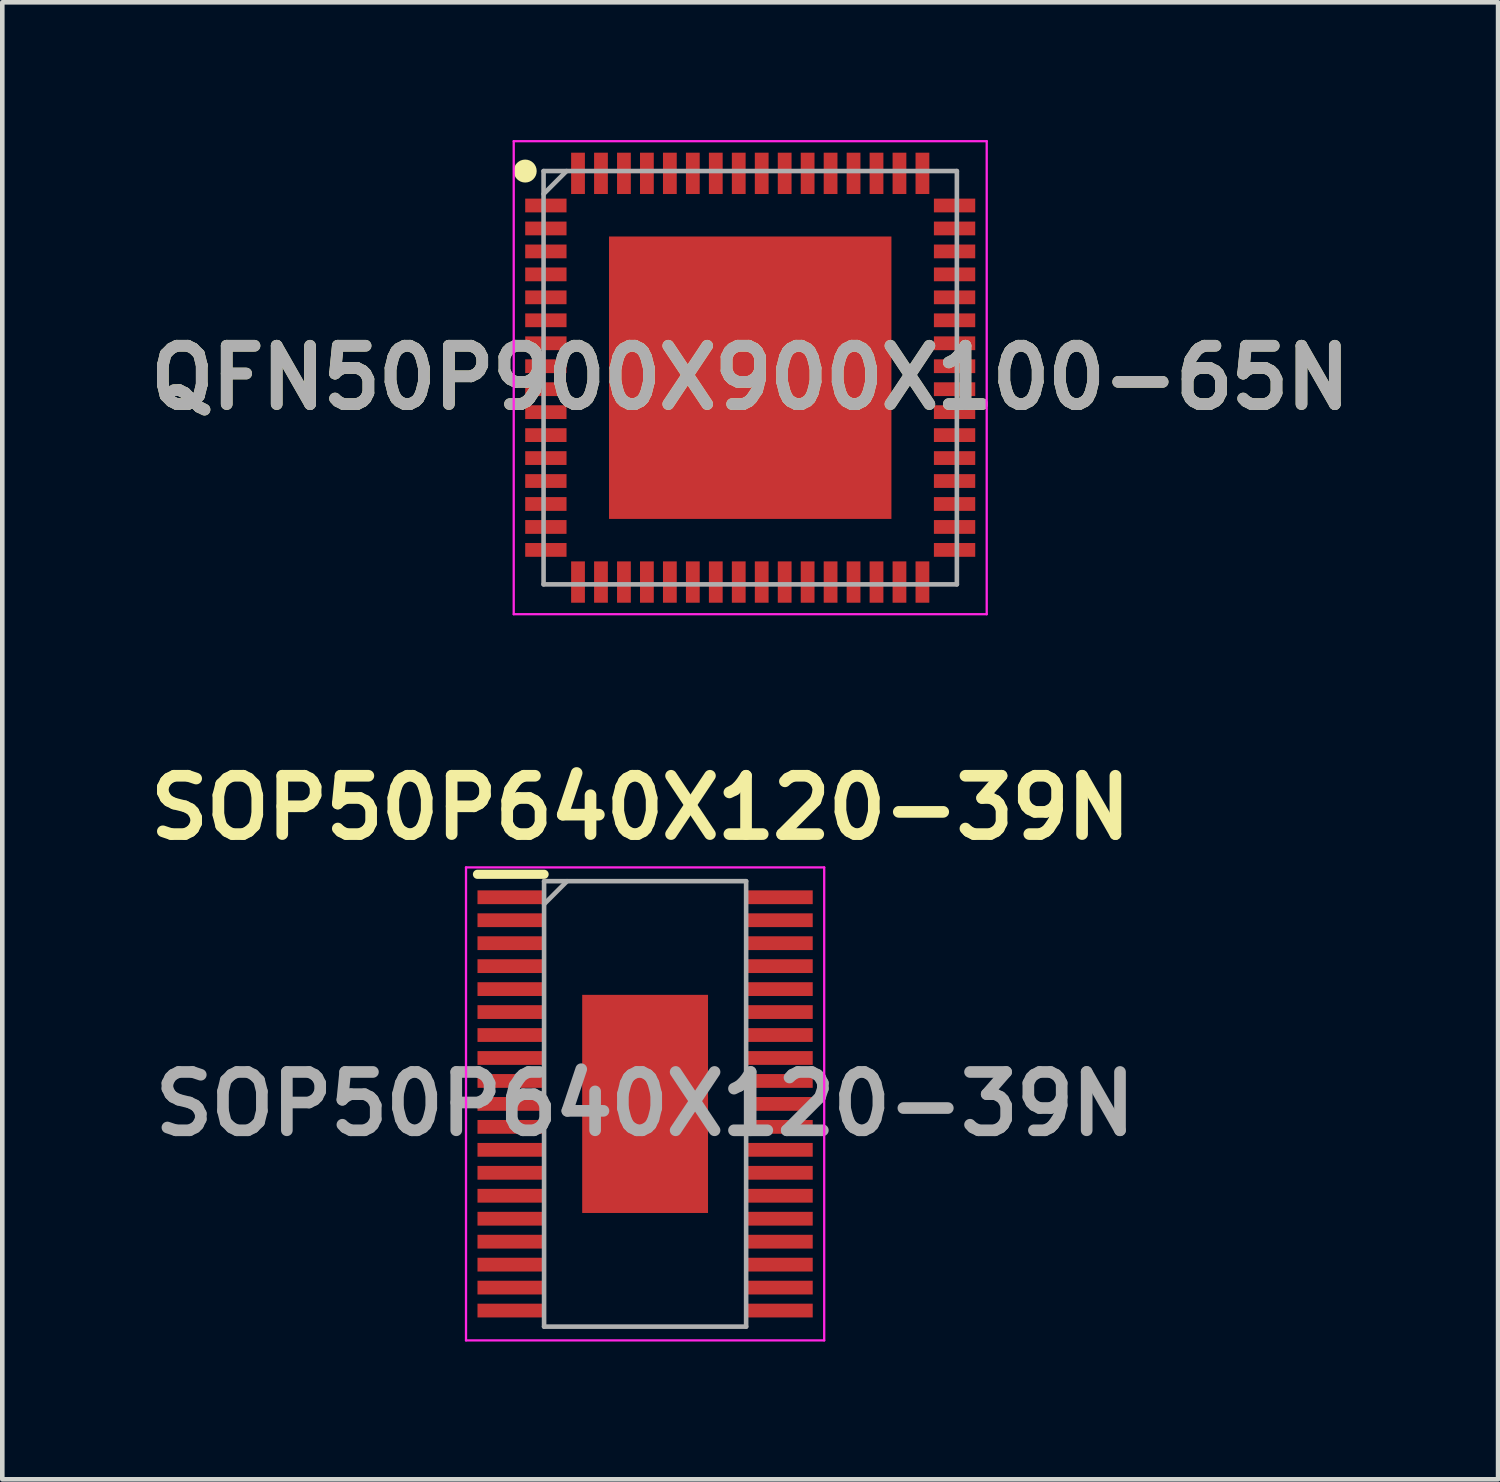
<source format=kicad_pcb>
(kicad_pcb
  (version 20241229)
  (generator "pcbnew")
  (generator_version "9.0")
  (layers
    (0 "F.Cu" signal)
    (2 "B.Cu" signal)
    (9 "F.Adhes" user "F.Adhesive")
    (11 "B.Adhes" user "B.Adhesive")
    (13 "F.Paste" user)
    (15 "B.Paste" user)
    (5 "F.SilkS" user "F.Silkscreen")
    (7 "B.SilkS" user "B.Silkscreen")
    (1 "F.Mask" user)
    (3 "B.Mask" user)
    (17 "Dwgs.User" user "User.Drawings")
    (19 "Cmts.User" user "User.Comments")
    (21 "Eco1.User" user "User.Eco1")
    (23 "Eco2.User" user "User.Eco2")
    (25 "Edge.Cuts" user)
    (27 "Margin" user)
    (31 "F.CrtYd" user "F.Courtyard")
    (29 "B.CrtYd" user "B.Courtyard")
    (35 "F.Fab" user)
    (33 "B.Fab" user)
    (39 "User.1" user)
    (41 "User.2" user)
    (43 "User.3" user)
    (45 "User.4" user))
  (footprint "SOP50P640X120-39N"
    (layer "F.Cu")
    (at 10.998 20.989)
    (property "Reference" "SOP50P640X120-39N" (at -0.1 -6.45 0) (layer "F.SilkS") (effects (font (size 1.27 1.27) (thickness 0.254))))
    (attr smd)
    (fp_line (start -3.65 -5) (end -2.2 -5) (stroke (width 0.2) (type solid)) (layer "F.SilkS"))
    (fp_line (start -3.9 -5.15) (end 3.9 -5.15) (stroke (width 0.05) (type solid)) (layer "F.CrtYd"))
    (fp_line (start -3.9 5.15) (end -3.9 -5.15) (stroke (width 0.05) (type solid)) (layer "F.CrtYd"))
    (fp_line (start 3.9 -5.15) (end 3.9 5.15) (stroke (width 0.05) (type solid)) (layer "F.CrtYd"))
    (fp_line (start 3.9 5.15) (end -3.9 5.15) (stroke (width 0.05) (type solid)) (layer "F.CrtYd"))
    (fp_line (start -2.2 -4.85) (end 2.2 -4.85) (stroke (width 0.1) (type solid)) (layer "F.Fab"))
    (fp_line (start -2.2 -4.35) (end -1.7 -4.85) (stroke (width 0.1) (type solid)) (layer "F.Fab"))
    (fp_line (start -2.2 4.85) (end -2.2 -4.85) (stroke (width 0.1) (type solid)) (layer "F.Fab"))
    (fp_line (start 2.2 -4.85) (end 2.2 4.85) (stroke (width 0.1) (type solid)) (layer "F.Fab"))
    (fp_line (start 2.2 4.85) (end -2.2 4.85) (stroke (width 0.1) (type solid)) (layer "F.Fab"))
    (fp_text user "${REFERENCE}" (at 0 0 0) (layer "F.Fab") (effects (font (size 1.27 1.27) (thickness 0.254))))
    (pad "1" smd rect (at -2.925 -4.5 90) (size 0.3 1.45) (layers "F.Cu" "F.Mask" "F.Paste"))
    (pad "2" smd rect (at -2.925 -4 90) (size 0.3 1.45) (layers "F.Cu" "F.Mask" "F.Paste"))
    (pad "3" smd rect (at -2.925 -3.5 90) (size 0.3 1.45) (layers "F.Cu" "F.Mask" "F.Paste"))
    (pad "4" smd rect (at -2.925 -3 90) (size 0.3 1.45) (layers "F.Cu" "F.Mask" "F.Paste"))
    (pad "5" smd rect (at -2.925 -2.5 90) (size 0.3 1.45) (layers "F.Cu" "F.Mask" "F.Paste"))
    (pad "6" smd rect (at -2.925 -2 90) (size 0.3 1.45) (layers "F.Cu" "F.Mask" "F.Paste"))
    (pad "7" smd rect (at -2.925 -1.5 90) (size 0.3 1.45) (layers "F.Cu" "F.Mask" "F.Paste"))
    (pad "8" smd rect (at -2.925 -1 90) (size 0.3 1.45) (layers "F.Cu" "F.Mask" "F.Paste"))
    (pad "9" smd rect (at -2.925 -0.5 90) (size 0.3 1.45) (layers "F.Cu" "F.Mask" "F.Paste"))
    (pad "10" smd rect (at -2.925 0 90) (size 0.3 1.45) (layers "F.Cu" "F.Mask" "F.Paste"))
    (pad "11" smd rect (at -2.925 0.5 90) (size 0.3 1.45) (layers "F.Cu" "F.Mask" "F.Paste"))
    (pad "12" smd rect (at -2.925 1 90) (size 0.3 1.45) (layers "F.Cu" "F.Mask" "F.Paste"))
    (pad "13" smd rect (at -2.925 1.5 90) (size 0.3 1.45) (layers "F.Cu" "F.Mask" "F.Paste"))
    (pad "14" smd rect (at -2.925 2 90) (size 0.3 1.45) (layers "F.Cu" "F.Mask" "F.Paste"))
    (pad "15" smd rect (at -2.925 2.5 90) (size 0.3 1.45) (layers "F.Cu" "F.Mask" "F.Paste"))
    (pad "16" smd rect (at -2.925 3 90) (size 0.3 1.45) (layers "F.Cu" "F.Mask" "F.Paste"))
    (pad "17" smd rect (at -2.925 3.5 90) (size 0.3 1.45) (layers "F.Cu" "F.Mask" "F.Paste"))
    (pad "18" smd rect (at -2.925 4 90) (size 0.3 1.45) (layers "F.Cu" "F.Mask" "F.Paste"))
    (pad "19" smd rect (at -2.925 4.5 90) (size 0.3 1.45) (layers "F.Cu" "F.Mask" "F.Paste"))
    (pad "20" smd rect (at 2.925 4.5 90) (size 0.3 1.45) (layers "F.Cu" "F.Mask" "F.Paste"))
    (pad "21" smd rect (at 2.925 4 90) (size 0.3 1.45) (layers "F.Cu" "F.Mask" "F.Paste"))
    (pad "22" smd rect (at 2.925 3.5 90) (size 0.3 1.45) (layers "F.Cu" "F.Mask" "F.Paste"))
    (pad "23" smd rect (at 2.925 3 90) (size 0.3 1.45) (layers "F.Cu" "F.Mask" "F.Paste"))
    (pad "24" smd rect (at 2.925 2.5 90) (size 0.3 1.45) (layers "F.Cu" "F.Mask" "F.Paste"))
    (pad "25" smd rect (at 2.925 2 90) (size 0.3 1.45) (layers "F.Cu" "F.Mask" "F.Paste"))
    (pad "26" smd rect (at 2.925 1.5 90) (size 0.3 1.45) (layers "F.Cu" "F.Mask" "F.Paste"))
    (pad "27" smd rect (at 2.925 1 90) (size 0.3 1.45) (layers "F.Cu" "F.Mask" "F.Paste"))
    (pad "28" smd rect (at 2.925 0.5 90) (size 0.3 1.45) (layers "F.Cu" "F.Mask" "F.Paste"))
    (pad "29" smd rect (at 2.925 0 90) (size 0.3 1.45) (layers "F.Cu" "F.Mask" "F.Paste"))
    (pad "30" smd rect (at 2.925 -0.5 90) (size 0.3 1.45) (layers "F.Cu" "F.Mask" "F.Paste"))
    (pad "31" smd rect (at 2.925 -1 90) (size 0.3 1.45) (layers "F.Cu" "F.Mask" "F.Paste"))
    (pad "32" smd rect (at 2.925 -1.5 90) (size 0.3 1.45) (layers "F.Cu" "F.Mask" "F.Paste"))
    (pad "33" smd rect (at 2.925 -2 90) (size 0.3 1.45) (layers "F.Cu" "F.Mask" "F.Paste"))
    (pad "34" smd rect (at 2.925 -2.5 90) (size 0.3 1.45) (layers "F.Cu" "F.Mask" "F.Paste"))
    (pad "35" smd rect (at 2.925 -3 90) (size 0.3 1.45) (layers "F.Cu" "F.Mask" "F.Paste"))
    (pad "36" smd rect (at 2.925 -3.5 90) (size 0.3 1.45) (layers "F.Cu" "F.Mask" "F.Paste"))
    (pad "37" smd rect (at 2.925 -4 90) (size 0.3 1.45) (layers "F.Cu" "F.Mask" "F.Paste"))
    (pad "38" smd rect (at 2.925 -4.5 90) (size 0.3 1.45) (layers "F.Cu" "F.Mask" "F.Paste"))
    (pad "39" smd rect (at 0 0) (size 2.74 4.75) (layers "F.Cu" "F.Mask" "F.Paste")))
  (footprint "QFN50P900X900X100-65N"
    (layer "F.Cu")
    (at 13.287 5.175)
    (property "Reference" "QFN50P900X900X100-65N" (at 0 0 0) (layer "F.SilkS") (effects (font (size 1.27 1.27) (thickness 0.254))))
    (attr smd)
    (fp_circle (center -4.9 -4.5) (end -4.9 -4.375) (stroke (width 0.25) (type solid)) (fill no) (layer "F.SilkS"))
    (fp_line (start -5.15 -5.15) (end 5.15 -5.15) (stroke (width 0.05) (type solid)) (layer "F.CrtYd"))
    (fp_line (start -5.15 5.15) (end -5.15 -5.15) (stroke (width 0.05) (type solid)) (layer "F.CrtYd"))
    (fp_line (start 5.15 -5.15) (end 5.15 5.15) (stroke (width 0.05) (type solid)) (layer "F.CrtYd"))
    (fp_line (start 5.15 5.15) (end -5.15 5.15) (stroke (width 0.05) (type solid)) (layer "F.CrtYd"))
    (fp_line (start -4.5 -4.5) (end 4.5 -4.5) (stroke (width 0.1) (type solid)) (layer "F.Fab"))
    (fp_line (start -4.5 -4) (end -4 -4.5) (stroke (width 0.1) (type solid)) (layer "F.Fab"))
    (fp_line (start -4.5 4.5) (end -4.5 -4.5) (stroke (width 0.1) (type solid)) (layer "F.Fab"))
    (fp_line (start 4.5 -4.5) (end 4.5 4.5) (stroke (width 0.1) (type solid)) (layer "F.Fab"))
    (fp_line (start 4.5 4.5) (end -4.5 4.5) (stroke (width 0.1) (type solid)) (layer "F.Fab"))
    (fp_text user "${REFERENCE}" (at 0 0 0) (layer "F.Fab") (effects (font (size 1.27 1.27) (thickness 0.254))))
    (pad "1" smd rect (at -4.45 -3.75 90) (size 0.3 0.9) (layers "F.Cu" "F.Mask" "F.Paste"))
    (pad "2" smd rect (at -4.45 -3.25 90) (size 0.3 0.9) (layers "F.Cu" "F.Mask" "F.Paste"))
    (pad "3" smd rect (at -4.45 -2.75 90) (size 0.3 0.9) (layers "F.Cu" "F.Mask" "F.Paste"))
    (pad "4" smd rect (at -4.45 -2.25 90) (size 0.3 0.9) (layers "F.Cu" "F.Mask" "F.Paste"))
    (pad "5" smd rect (at -4.45 -1.75 90) (size 0.3 0.9) (layers "F.Cu" "F.Mask" "F.Paste"))
    (pad "6" smd rect (at -4.45 -1.25 90) (size 0.3 0.9) (layers "F.Cu" "F.Mask" "F.Paste"))
    (pad "7" smd rect (at -4.45 -0.75 90) (size 0.3 0.9) (layers "F.Cu" "F.Mask" "F.Paste"))
    (pad "8" smd rect (at -4.45 -0.25 90) (size 0.3 0.9) (layers "F.Cu" "F.Mask" "F.Paste"))
    (pad "9" smd rect (at -4.45 0.25 90) (size 0.3 0.9) (layers "F.Cu" "F.Mask" "F.Paste"))
    (pad "10" smd rect (at -4.45 0.75 90) (size 0.3 0.9) (layers "F.Cu" "F.Mask" "F.Paste"))
    (pad "11" smd rect (at -4.45 1.25 90) (size 0.3 0.9) (layers "F.Cu" "F.Mask" "F.Paste"))
    (pad "12" smd rect (at -4.45 1.75 90) (size 0.3 0.9) (layers "F.Cu" "F.Mask" "F.Paste"))
    (pad "13" smd rect (at -4.45 2.25 90) (size 0.3 0.9) (layers "F.Cu" "F.Mask" "F.Paste"))
    (pad "14" smd rect (at -4.45 2.75 90) (size 0.3 0.9) (layers "F.Cu" "F.Mask" "F.Paste"))
    (pad "15" smd rect (at -4.45 3.25 90) (size 0.3 0.9) (layers "F.Cu" "F.Mask" "F.Paste"))
    (pad "16" smd rect (at -4.45 3.75 90) (size 0.3 0.9) (layers "F.Cu" "F.Mask" "F.Paste"))
    (pad "17" smd rect (at -3.75 4.45) (size 0.3 0.9) (layers "F.Cu" "F.Mask" "F.Paste"))
    (pad "18" smd rect (at -3.25 4.45) (size 0.3 0.9) (layers "F.Cu" "F.Mask" "F.Paste"))
    (pad "19" smd rect (at -2.75 4.45) (size 0.3 0.9) (layers "F.Cu" "F.Mask" "F.Paste"))
    (pad "20" smd rect (at -2.25 4.45) (size 0.3 0.9) (layers "F.Cu" "F.Mask" "F.Paste"))
    (pad "21" smd rect (at -1.75 4.45) (size 0.3 0.9) (layers "F.Cu" "F.Mask" "F.Paste"))
    (pad "22" smd rect (at -1.25 4.45) (size 0.3 0.9) (layers "F.Cu" "F.Mask" "F.Paste"))
    (pad "23" smd rect (at -0.75 4.45) (size 0.3 0.9) (layers "F.Cu" "F.Mask" "F.Paste"))
    (pad "24" smd rect (at -0.25 4.45) (size 0.3 0.9) (layers "F.Cu" "F.Mask" "F.Paste"))
    (pad "25" smd rect (at 0.25 4.45) (size 0.3 0.9) (layers "F.Cu" "F.Mask" "F.Paste"))
    (pad "26" smd rect (at 0.75 4.45) (size 0.3 0.9) (layers "F.Cu" "F.Mask" "F.Paste"))
    (pad "27" smd rect (at 1.25 4.45) (size 0.3 0.9) (layers "F.Cu" "F.Mask" "F.Paste"))
    (pad "28" smd rect (at 1.75 4.45) (size 0.3 0.9) (layers "F.Cu" "F.Mask" "F.Paste"))
    (pad "29" smd rect (at 2.25 4.45) (size 0.3 0.9) (layers "F.Cu" "F.Mask" "F.Paste"))
    (pad "30" smd rect (at 2.75 4.45) (size 0.3 0.9) (layers "F.Cu" "F.Mask" "F.Paste"))
    (pad "31" smd rect (at 3.25 4.45) (size 0.3 0.9) (layers "F.Cu" "F.Mask" "F.Paste"))
    (pad "32" smd rect (at 3.75 4.45) (size 0.3 0.9) (layers "F.Cu" "F.Mask" "F.Paste"))
    (pad "33" smd rect (at 4.45 3.75 90) (size 0.3 0.9) (layers "F.Cu" "F.Mask" "F.Paste"))
    (pad "34" smd rect (at 4.45 3.25 90) (size 0.3 0.9) (layers "F.Cu" "F.Mask" "F.Paste"))
    (pad "35" smd rect (at 4.45 2.75 90) (size 0.3 0.9) (layers "F.Cu" "F.Mask" "F.Paste"))
    (pad "36" smd rect (at 4.45 2.25 90) (size 0.3 0.9) (layers "F.Cu" "F.Mask" "F.Paste"))
    (pad "37" smd rect (at 4.45 1.75 90) (size 0.3 0.9) (layers "F.Cu" "F.Mask" "F.Paste"))
    (pad "38" smd rect (at 4.45 1.25 90) (size 0.3 0.9) (layers "F.Cu" "F.Mask" "F.Paste"))
    (pad "39" smd rect (at 4.45 0.75 90) (size 0.3 0.9) (layers "F.Cu" "F.Mask" "F.Paste"))
    (pad "40" smd rect (at 4.45 0.25 90) (size 0.3 0.9) (layers "F.Cu" "F.Mask" "F.Paste"))
    (pad "41" smd rect (at 4.45 -0.25 90) (size 0.3 0.9) (layers "F.Cu" "F.Mask" "F.Paste"))
    (pad "42" smd rect (at 4.45 -0.75 90) (size 0.3 0.9) (layers "F.Cu" "F.Mask" "F.Paste"))
    (pad "43" smd rect (at 4.45 -1.25 90) (size 0.3 0.9) (layers "F.Cu" "F.Mask" "F.Paste"))
    (pad "44" smd rect (at 4.45 -1.75 90) (size 0.3 0.9) (layers "F.Cu" "F.Mask" "F.Paste"))
    (pad "45" smd rect (at 4.45 -2.25 90) (size 0.3 0.9) (layers "F.Cu" "F.Mask" "F.Paste"))
    (pad "46" smd rect (at 4.45 -2.75 90) (size 0.3 0.9) (layers "F.Cu" "F.Mask" "F.Paste"))
    (pad "47" smd rect (at 4.45 -3.25 90) (size 0.3 0.9) (layers "F.Cu" "F.Mask" "F.Paste"))
    (pad "48" smd rect (at 4.45 -3.75 90) (size 0.3 0.9) (layers "F.Cu" "F.Mask" "F.Paste"))
    (pad "49" smd rect (at 3.75 -4.45) (size 0.3 0.9) (layers "F.Cu" "F.Mask" "F.Paste"))
    (pad "50" smd rect (at 3.25 -4.45) (size 0.3 0.9) (layers "F.Cu" "F.Mask" "F.Paste"))
    (pad "51" smd rect (at 2.75 -4.45) (size 0.3 0.9) (layers "F.Cu" "F.Mask" "F.Paste"))
    (pad "52" smd rect (at 2.25 -4.45) (size 0.3 0.9) (layers "F.Cu" "F.Mask" "F.Paste"))
    (pad "53" smd rect (at 1.75 -4.45) (size 0.3 0.9) (layers "F.Cu" "F.Mask" "F.Paste"))
    (pad "54" smd rect (at 1.25 -4.45) (size 0.3 0.9) (layers "F.Cu" "F.Mask" "F.Paste"))
    (pad "55" smd rect (at 0.75 -4.45) (size 0.3 0.9) (layers "F.Cu" "F.Mask" "F.Paste"))
    (pad "56" smd rect (at 0.25 -4.45) (size 0.3 0.9) (layers "F.Cu" "F.Mask" "F.Paste"))
    (pad "57" smd rect (at -0.25 -4.45) (size 0.3 0.9) (layers "F.Cu" "F.Mask" "F.Paste"))
    (pad "58" smd rect (at -0.75 -4.45) (size 0.3 0.9) (layers "F.Cu" "F.Mask" "F.Paste"))
    (pad "59" smd rect (at -1.25 -4.45) (size 0.3 0.9) (layers "F.Cu" "F.Mask" "F.Paste"))
    (pad "60" smd rect (at -1.75 -4.45) (size 0.3 0.9) (layers "F.Cu" "F.Mask" "F.Paste"))
    (pad "61" smd rect (at -2.25 -4.45) (size 0.3 0.9) (layers "F.Cu" "F.Mask" "F.Paste"))
    (pad "62" smd rect (at -2.75 -4.45) (size 0.3 0.9) (layers "F.Cu" "F.Mask" "F.Paste"))
    (pad "63" smd rect (at -3.25 -4.45) (size 0.3 0.9) (layers "F.Cu" "F.Mask" "F.Paste"))
    (pad "64" smd rect (at -3.75 -4.45) (size 0.3 0.9) (layers "F.Cu" "F.Mask" "F.Paste"))
    (pad "65" smd rect (at 0 0) (size 6.15 6.15) (layers "F.Cu" "F.Mask" "F.Paste")))
  (gr_rect
    (start -3 -3)
    (end 29.573 29.164)
    (stroke (width 0.1) (type default))
    (fill no)
    (layer "Edge.Cuts")))
</source>
